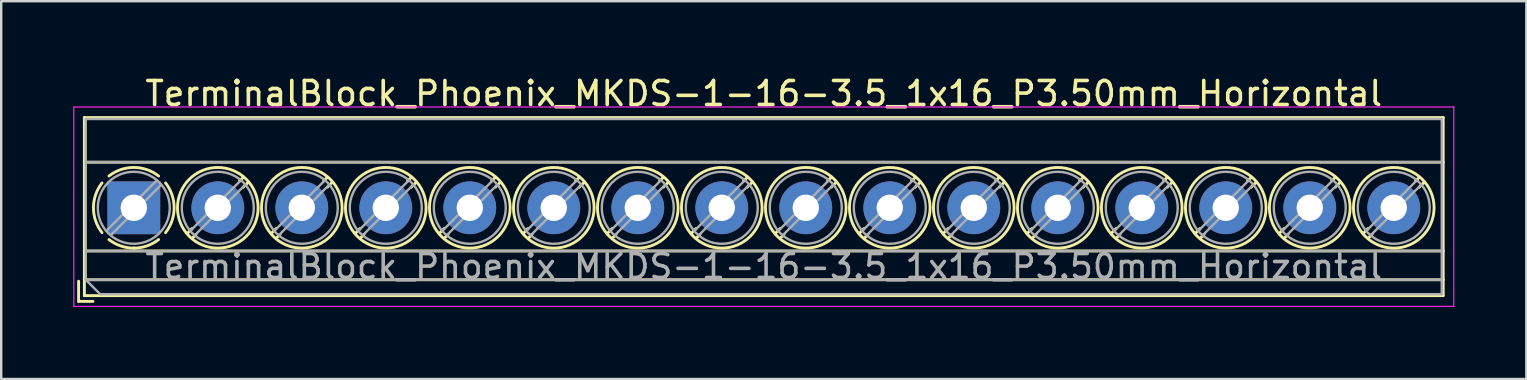
<source format=kicad_pcb>
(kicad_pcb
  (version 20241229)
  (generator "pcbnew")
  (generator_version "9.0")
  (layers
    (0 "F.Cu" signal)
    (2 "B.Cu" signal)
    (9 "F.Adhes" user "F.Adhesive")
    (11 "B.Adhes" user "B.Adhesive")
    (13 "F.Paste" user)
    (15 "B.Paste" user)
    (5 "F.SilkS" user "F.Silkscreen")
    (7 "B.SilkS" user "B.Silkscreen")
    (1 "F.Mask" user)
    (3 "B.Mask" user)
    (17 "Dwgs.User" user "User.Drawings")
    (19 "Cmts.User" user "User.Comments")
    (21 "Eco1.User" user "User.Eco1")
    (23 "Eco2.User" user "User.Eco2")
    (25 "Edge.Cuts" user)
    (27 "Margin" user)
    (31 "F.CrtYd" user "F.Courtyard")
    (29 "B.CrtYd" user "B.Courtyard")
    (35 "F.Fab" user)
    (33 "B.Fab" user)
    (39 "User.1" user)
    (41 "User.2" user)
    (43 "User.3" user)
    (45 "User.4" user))
  (footprint "TerminalBlock_Phoenix_MKDS-1-16-3.5_1x16_P3.50mm_Horizontal"
    (layer "F.Cu")
    (at 2.525 5.608)
    (property "Reference" "TerminalBlock_Phoenix_MKDS-1-16-3.5_1x16_P3.50mm_Horizontal" (at 26.25 -4.76 0) (layer "F.SilkS") (effects (font (size 1 1) (thickness 0.15))))
    (attr through_hole)
    (fp_line (start -2.3 3.06) (end -2.3 3.9) (stroke (width 0.12) (type solid)) (layer "F.SilkS"))
    (fp_line (start -2.3 3.9) (end -1.7 3.9) (stroke (width 0.12) (type solid)) (layer "F.SilkS"))
    (fp_line (start -2.06 -3.76) (end -2.06 3.66) (stroke (width 0.12) (type solid)) (layer "F.SilkS"))
    (fp_line (start -2.06 -3.76) (end 54.56 -3.76) (stroke (width 0.12) (type solid)) (layer "F.SilkS"))
    (fp_line (start -2.06 -1.9) (end 54.56 -1.9) (stroke (width 0.12) (type solid)) (layer "F.SilkS"))
    (fp_line (start -2.06 1.8) (end 54.56 1.8) (stroke (width 0.12) (type solid)) (layer "F.SilkS"))
    (fp_line (start -2.06 3) (end 54.56 3) (stroke (width 0.12) (type solid)) (layer "F.SilkS"))
    (fp_line (start -2.06 3.66) (end 54.56 3.66) (stroke (width 0.12) (type solid)) (layer "F.SilkS"))
    (fp_line (start 2.437 0.859) (end 2.226 1.069) (stroke (width 0.12) (type solid)) (layer "F.SilkS"))
    (fp_line (start 2.595 1.11) (end 2.431 1.274) (stroke (width 0.12) (type solid)) (layer "F.SilkS"))
    (fp_line (start 4.57 -1.275) (end 4.406 -1.111) (stroke (width 0.12) (type solid)) (layer "F.SilkS"))
    (fp_line (start 4.775 -1.069) (end 4.564 -0.859) (stroke (width 0.12) (type solid)) (layer "F.SilkS"))
    (fp_line (start 5.937 0.859) (end 5.726 1.069) (stroke (width 0.12) (type solid)) (layer "F.SilkS"))
    (fp_line (start 6.095 1.11) (end 5.931 1.274) (stroke (width 0.12) (type solid)) (layer "F.SilkS"))
    (fp_line (start 8.07 -1.275) (end 7.906 -1.111) (stroke (width 0.12) (type solid)) (layer "F.SilkS"))
    (fp_line (start 8.275 -1.069) (end 8.064 -0.859) (stroke (width 0.12) (type solid)) (layer "F.SilkS"))
    (fp_line (start 9.437 0.859) (end 9.226 1.069) (stroke (width 0.12) (type solid)) (layer "F.SilkS"))
    (fp_line (start 9.595 1.11) (end 9.431 1.274) (stroke (width 0.12) (type solid)) (layer "F.SilkS"))
    (fp_line (start 11.57 -1.275) (end 11.406 -1.111) (stroke (width 0.12) (type solid)) (layer "F.SilkS"))
    (fp_line (start 11.775 -1.069) (end 11.564 -0.859) (stroke (width 0.12) (type solid)) (layer "F.SilkS"))
    (fp_line (start 12.937 0.859) (end 12.726 1.069) (stroke (width 0.12) (type solid)) (layer "F.SilkS"))
    (fp_line (start 13.095 1.11) (end 12.931 1.274) (stroke (width 0.12) (type solid)) (layer "F.SilkS"))
    (fp_line (start 15.07 -1.275) (end 14.906 -1.111) (stroke (width 0.12) (type solid)) (layer "F.SilkS"))
    (fp_line (start 15.275 -1.069) (end 15.064 -0.859) (stroke (width 0.12) (type solid)) (layer "F.SilkS"))
    (fp_line (start 16.437 0.859) (end 16.226 1.069) (stroke (width 0.12) (type solid)) (layer "F.SilkS"))
    (fp_line (start 16.595 1.11) (end 16.431 1.274) (stroke (width 0.12) (type solid)) (layer "F.SilkS"))
    (fp_line (start 18.57 -1.275) (end 18.406 -1.111) (stroke (width 0.12) (type solid)) (layer "F.SilkS"))
    (fp_line (start 18.775 -1.069) (end 18.564 -0.859) (stroke (width 0.12) (type solid)) (layer "F.SilkS"))
    (fp_line (start 19.937 0.859) (end 19.726 1.069) (stroke (width 0.12) (type solid)) (layer "F.SilkS"))
    (fp_line (start 20.095 1.11) (end 19.931 1.274) (stroke (width 0.12) (type solid)) (layer "F.SilkS"))
    (fp_line (start 22.07 -1.275) (end 21.906 -1.111) (stroke (width 0.12) (type solid)) (layer "F.SilkS"))
    (fp_line (start 22.275 -1.069) (end 22.064 -0.859) (stroke (width 0.12) (type solid)) (layer "F.SilkS"))
    (fp_line (start 23.437 0.859) (end 23.226 1.069) (stroke (width 0.12) (type solid)) (layer "F.SilkS"))
    (fp_line (start 23.595 1.11) (end 23.431 1.274) (stroke (width 0.12) (type solid)) (layer "F.SilkS"))
    (fp_line (start 25.57 -1.275) (end 25.406 -1.111) (stroke (width 0.12) (type solid)) (layer "F.SilkS"))
    (fp_line (start 25.775 -1.069) (end 25.564 -0.859) (stroke (width 0.12) (type solid)) (layer "F.SilkS"))
    (fp_line (start 26.937 0.859) (end 26.726 1.069) (stroke (width 0.12) (type solid)) (layer "F.SilkS"))
    (fp_line (start 27.095 1.11) (end 26.931 1.274) (stroke (width 0.12) (type solid)) (layer "F.SilkS"))
    (fp_line (start 29.07 -1.275) (end 28.906 -1.111) (stroke (width 0.12) (type solid)) (layer "F.SilkS"))
    (fp_line (start 29.275 -1.069) (end 29.064 -0.859) (stroke (width 0.12) (type solid)) (layer "F.SilkS"))
    (fp_line (start 30.437 0.859) (end 30.226 1.069) (stroke (width 0.12) (type solid)) (layer "F.SilkS"))
    (fp_line (start 30.595 1.11) (end 30.431 1.274) (stroke (width 0.12) (type solid)) (layer "F.SilkS"))
    (fp_line (start 32.57 -1.275) (end 32.406 -1.111) (stroke (width 0.12) (type solid)) (layer "F.SilkS"))
    (fp_line (start 32.775 -1.069) (end 32.564 -0.859) (stroke (width 0.12) (type solid)) (layer "F.SilkS"))
    (fp_line (start 33.937 0.859) (end 33.726 1.069) (stroke (width 0.12) (type solid)) (layer "F.SilkS"))
    (fp_line (start 34.095 1.11) (end 33.931 1.274) (stroke (width 0.12) (type solid)) (layer "F.SilkS"))
    (fp_line (start 36.07 -1.275) (end 35.906 -1.111) (stroke (width 0.12) (type solid)) (layer "F.SilkS"))
    (fp_line (start 36.275 -1.069) (end 36.064 -0.859) (stroke (width 0.12) (type solid)) (layer "F.SilkS"))
    (fp_line (start 37.437 0.859) (end 37.226 1.069) (stroke (width 0.12) (type solid)) (layer "F.SilkS"))
    (fp_line (start 37.595 1.11) (end 37.431 1.274) (stroke (width 0.12) (type solid)) (layer "F.SilkS"))
    (fp_line (start 39.57 -1.275) (end 39.406 -1.111) (stroke (width 0.12) (type solid)) (layer "F.SilkS"))
    (fp_line (start 39.775 -1.069) (end 39.564 -0.859) (stroke (width 0.12) (type solid)) (layer "F.SilkS"))
    (fp_line (start 40.937 0.859) (end 40.726 1.069) (stroke (width 0.12) (type solid)) (layer "F.SilkS"))
    (fp_line (start 41.095 1.11) (end 40.931 1.274) (stroke (width 0.12) (type solid)) (layer "F.SilkS"))
    (fp_line (start 43.07 -1.275) (end 42.906 -1.111) (stroke (width 0.12) (type solid)) (layer "F.SilkS"))
    (fp_line (start 43.275 -1.069) (end 43.064 -0.859) (stroke (width 0.12) (type solid)) (layer "F.SilkS"))
    (fp_line (start 44.437 0.859) (end 44.226 1.069) (stroke (width 0.12) (type solid)) (layer "F.SilkS"))
    (fp_line (start 44.595 1.11) (end 44.431 1.274) (stroke (width 0.12) (type solid)) (layer "F.SilkS"))
    (fp_line (start 46.57 -1.275) (end 46.406 -1.111) (stroke (width 0.12) (type solid)) (layer "F.SilkS"))
    (fp_line (start 46.775 -1.069) (end 46.564 -0.859) (stroke (width 0.12) (type solid)) (layer "F.SilkS"))
    (fp_line (start 47.937 0.859) (end 47.726 1.069) (stroke (width 0.12) (type solid)) (layer "F.SilkS"))
    (fp_line (start 48.095 1.11) (end 47.931 1.274) (stroke (width 0.12) (type solid)) (layer "F.SilkS"))
    (fp_line (start 50.07 -1.275) (end 49.906 -1.111) (stroke (width 0.12) (type solid)) (layer "F.SilkS"))
    (fp_line (start 50.275 -1.069) (end 50.064 -0.859) (stroke (width 0.12) (type solid)) (layer "F.SilkS"))
    (fp_line (start 51.437 0.859) (end 51.226 1.069) (stroke (width 0.12) (type solid)) (layer "F.SilkS"))
    (fp_line (start 51.595 1.11) (end 51.431 1.274) (stroke (width 0.12) (type solid)) (layer "F.SilkS"))
    (fp_line (start 53.57 -1.275) (end 53.406 -1.111) (stroke (width 0.12) (type solid)) (layer "F.SilkS"))
    (fp_line (start 53.775 -1.069) (end 53.564 -0.859) (stroke (width 0.12) (type solid)) (layer "F.SilkS"))
    (fp_line (start 54.56 -3.76) (end 54.56 3.66) (stroke (width 0.12) (type solid)) (layer "F.SilkS"))
    (fp_arc (start -1.324561 1.034282) (mid -1.680536 -0.000456) (end -1.324 -1.035) (stroke (width 0.12) (type solid)) (layer "F.SilkS"))
    (fp_arc (start -1.034282 -1.324561) (mid 0.000456 -1.680536) (end 1.035 -1.324) (stroke (width 0.12) (type solid)) (layer "F.SilkS"))
    (fp_arc (start 0.028874 1.680288) (mid -0.533674 1.593548) (end -1.035 1.324) (stroke (width 0.12) (type solid)) (layer "F.SilkS"))
    (fp_arc (start 1.034311 1.323858) (mid 0.546954 1.588471) (end 0 1.68) (stroke (width 0.12) (type solid)) (layer "F.SilkS"))
    (fp_arc (start 1.324561 -1.034282) (mid 1.680536 0.000456) (end 1.324 1.035) (stroke (width 0.12) (type solid)) (layer "F.SilkS"))
    (fp_circle (center 3.5 0) (end 5.18 0) (stroke (width 0.12) (type solid)) (fill no) (layer "F.SilkS"))
    (fp_circle (center 7 0) (end 8.68 0) (stroke (width 0.12) (type solid)) (fill no) (layer "F.SilkS"))
    (fp_circle (center 10.5 0) (end 12.18 0) (stroke (width 0.12) (type solid)) (fill no) (layer "F.SilkS"))
    (fp_circle (center 14 0) (end 15.68 0) (stroke (width 0.12) (type solid)) (fill no) (layer "F.SilkS"))
    (fp_circle (center 17.5 0) (end 19.18 0) (stroke (width 0.12) (type solid)) (fill no) (layer "F.SilkS"))
    (fp_circle (center 21 0) (end 22.68 0) (stroke (width 0.12) (type solid)) (fill no) (layer "F.SilkS"))
    (fp_circle (center 24.5 0) (end 26.18 0) (stroke (width 0.12) (type solid)) (fill no) (layer "F.SilkS"))
    (fp_circle (center 28 0) (end 29.68 0) (stroke (width 0.12) (type solid)) (fill no) (layer "F.SilkS"))
    (fp_circle (center 31.5 0) (end 33.18 0) (stroke (width 0.12) (type solid)) (fill no) (layer "F.SilkS"))
    (fp_circle (center 35 0) (end 36.68 0) (stroke (width 0.12) (type solid)) (fill no) (layer "F.SilkS"))
    (fp_circle (center 38.5 0) (end 40.18 0) (stroke (width 0.12) (type solid)) (fill no) (layer "F.SilkS"))
    (fp_circle (center 42 0) (end 43.68 0) (stroke (width 0.12) (type solid)) (fill no) (layer "F.SilkS"))
    (fp_circle (center 45.5 0) (end 47.18 0) (stroke (width 0.12) (type solid)) (fill no) (layer "F.SilkS"))
    (fp_circle (center 49 0) (end 50.68 0) (stroke (width 0.12) (type solid)) (fill no) (layer "F.SilkS"))
    (fp_circle (center 52.5 0) (end 54.18 0) (stroke (width 0.12) (type solid)) (fill no) (layer "F.SilkS"))
    (fp_line (start -2.5 -4.2) (end -2.5 4.11) (stroke (width 0.05) (type solid)) (layer "F.CrtYd"))
    (fp_line (start -2.5 4.11) (end 55 4.11) (stroke (width 0.05) (type solid)) (layer "F.CrtYd"))
    (fp_line (start 55 -4.2) (end -2.5 -4.2) (stroke (width 0.05) (type solid)) (layer "F.CrtYd"))
    (fp_line (start 55 4.11) (end 55 -4.2) (stroke (width 0.05) (type solid)) (layer "F.CrtYd"))
    (fp_line (start -2 -3.7) (end 54.5 -3.7) (stroke (width 0.1) (type solid)) (layer "F.Fab"))
    (fp_line (start -2 -1.9) (end 54.5 -1.9) (stroke (width 0.1) (type solid)) (layer "F.Fab"))
    (fp_line (start -2 1.8) (end 54.5 1.8) (stroke (width 0.1) (type solid)) (layer "F.Fab"))
    (fp_line (start -2 3) (end -2 -3.7) (stroke (width 0.1) (type solid)) (layer "F.Fab"))
    (fp_line (start -2 3) (end 54.5 3) (stroke (width 0.1) (type solid)) (layer "F.Fab"))
    (fp_line (start -1.4 3.6) (end -2 3) (stroke (width 0.1) (type solid)) (layer "F.Fab"))
    (fp_line (start 0.955 -1.138) (end -1.138 0.955) (stroke (width 0.1) (type solid)) (layer "F.Fab"))
    (fp_line (start 1.138 -0.955) (end -0.955 1.138) (stroke (width 0.1) (type solid)) (layer "F.Fab"))
    (fp_line (start 4.455 -1.138) (end 2.363 0.955) (stroke (width 0.1) (type solid)) (layer "F.Fab"))
    (fp_line (start 4.638 -0.955) (end 2.546 1.138) (stroke (width 0.1) (type solid)) (layer "F.Fab"))
    (fp_line (start 7.955 -1.138) (end 5.863 0.955) (stroke (width 0.1) (type solid)) (layer "F.Fab"))
    (fp_line (start 8.138 -0.955) (end 6.046 1.138) (stroke (width 0.1) (type solid)) (layer "F.Fab"))
    (fp_line (start 11.455 -1.138) (end 9.363 0.955) (stroke (width 0.1) (type solid)) (layer "F.Fab"))
    (fp_line (start 11.638 -0.955) (end 9.546 1.138) (stroke (width 0.1) (type solid)) (layer "F.Fab"))
    (fp_line (start 14.955 -1.138) (end 12.863 0.955) (stroke (width 0.1) (type solid)) (layer "F.Fab"))
    (fp_line (start 15.138 -0.955) (end 13.046 1.138) (stroke (width 0.1) (type solid)) (layer "F.Fab"))
    (fp_line (start 18.455 -1.138) (end 16.363 0.955) (stroke (width 0.1) (type solid)) (layer "F.Fab"))
    (fp_line (start 18.638 -0.955) (end 16.546 1.138) (stroke (width 0.1) (type solid)) (layer "F.Fab"))
    (fp_line (start 21.955 -1.138) (end 19.863 0.955) (stroke (width 0.1) (type solid)) (layer "F.Fab"))
    (fp_line (start 22.138 -0.955) (end 20.046 1.138) (stroke (width 0.1) (type solid)) (layer "F.Fab"))
    (fp_line (start 25.455 -1.138) (end 23.363 0.955) (stroke (width 0.1) (type solid)) (layer "F.Fab"))
    (fp_line (start 25.638 -0.955) (end 23.546 1.138) (stroke (width 0.1) (type solid)) (layer "F.Fab"))
    (fp_line (start 28.955 -1.138) (end 26.863 0.955) (stroke (width 0.1) (type solid)) (layer "F.Fab"))
    (fp_line (start 29.138 -0.955) (end 27.046 1.138) (stroke (width 0.1) (type solid)) (layer "F.Fab"))
    (fp_line (start 32.455 -1.138) (end 30.363 0.955) (stroke (width 0.1) (type solid)) (layer "F.Fab"))
    (fp_line (start 32.638 -0.955) (end 30.546 1.138) (stroke (width 0.1) (type solid)) (layer "F.Fab"))
    (fp_line (start 35.955 -1.138) (end 33.863 0.955) (stroke (width 0.1) (type solid)) (layer "F.Fab"))
    (fp_line (start 36.138 -0.955) (end 34.046 1.138) (stroke (width 0.1) (type solid)) (layer "F.Fab"))
    (fp_line (start 39.455 -1.138) (end 37.363 0.955) (stroke (width 0.1) (type solid)) (layer "F.Fab"))
    (fp_line (start 39.638 -0.955) (end 37.546 1.138) (stroke (width 0.1) (type solid)) (layer "F.Fab"))
    (fp_line (start 42.955 -1.138) (end 40.863 0.955) (stroke (width 0.1) (type solid)) (layer "F.Fab"))
    (fp_line (start 43.138 -0.955) (end 41.046 1.138) (stroke (width 0.1) (type solid)) (layer "F.Fab"))
    (fp_line (start 46.455 -1.138) (end 44.363 0.955) (stroke (width 0.1) (type solid)) (layer "F.Fab"))
    (fp_line (start 46.638 -0.955) (end 44.546 1.138) (stroke (width 0.1) (type solid)) (layer "F.Fab"))
    (fp_line (start 49.955 -1.138) (end 47.863 0.955) (stroke (width 0.1) (type solid)) (layer "F.Fab"))
    (fp_line (start 50.138 -0.955) (end 48.046 1.138) (stroke (width 0.1) (type solid)) (layer "F.Fab"))
    (fp_line (start 53.455 -1.138) (end 51.363 0.955) (stroke (width 0.1) (type solid)) (layer "F.Fab"))
    (fp_line (start 53.638 -0.955) (end 51.546 1.138) (stroke (width 0.1) (type solid)) (layer "F.Fab"))
    (fp_line (start 54.5 -3.7) (end 54.5 3.6) (stroke (width 0.1) (type solid)) (layer "F.Fab"))
    (fp_line (start 54.5 3.6) (end -1.4 3.6) (stroke (width 0.1) (type solid)) (layer "F.Fab"))
    (fp_circle (center 0 0) (end 1.5 0) (stroke (width 0.1) (type solid)) (fill no) (layer "F.Fab"))
    (fp_circle (center 3.5 0) (end 5 0) (stroke (width 0.1) (type solid)) (fill no) (layer "F.Fab"))
    (fp_circle (center 7 0) (end 8.5 0) (stroke (width 0.1) (type solid)) (fill no) (layer "F.Fab"))
    (fp_circle (center 10.5 0) (end 12 0) (stroke (width 0.1) (type solid)) (fill no) (layer "F.Fab"))
    (fp_circle (center 14 0) (end 15.5 0) (stroke (width 0.1) (type solid)) (fill no) (layer "F.Fab"))
    (fp_circle (center 17.5 0) (end 19 0) (stroke (width 0.1) (type solid)) (fill no) (layer "F.Fab"))
    (fp_circle (center 21 0) (end 22.5 0) (stroke (width 0.1) (type solid)) (fill no) (layer "F.Fab"))
    (fp_circle (center 24.5 0) (end 26 0) (stroke (width 0.1) (type solid)) (fill no) (layer "F.Fab"))
    (fp_circle (center 28 0) (end 29.5 0) (stroke (width 0.1) (type solid)) (fill no) (layer "F.Fab"))
    (fp_circle (center 31.5 0) (end 33 0) (stroke (width 0.1) (type solid)) (fill no) (layer "F.Fab"))
    (fp_circle (center 35 0) (end 36.5 0) (stroke (width 0.1) (type solid)) (fill no) (layer "F.Fab"))
    (fp_circle (center 38.5 0) (end 40 0) (stroke (width 0.1) (type solid)) (fill no) (layer "F.Fab"))
    (fp_circle (center 42 0) (end 43.5 0) (stroke (width 0.1) (type solid)) (fill no) (layer "F.Fab"))
    (fp_circle (center 45.5 0) (end 47 0) (stroke (width 0.1) (type solid)) (fill no) (layer "F.Fab"))
    (fp_circle (center 49 0) (end 50.5 0) (stroke (width 0.1) (type solid)) (fill no) (layer "F.Fab"))
    (fp_circle (center 52.5 0) (end 54 0) (stroke (width 0.1) (type solid)) (fill no) (layer "F.Fab"))
    (fp_text user "${REFERENCE}" (at 26.25 2.45 0) (layer "F.Fab") (effects (font (size 1 1) (thickness 0.15))))
    (pad "1" thru_hole rect (at 0 0) (size 2.2 2.2) (drill 1.1) (layers "*.Cu" "*.Mask"))
    (pad "2" thru_hole circle (at 3.5 0) (size 2.2 2.2) (drill 1.1) (layers "*.Cu" "*.Mask"))
    (pad "3" thru_hole circle (at 7 0) (size 2.2 2.2) (drill 1.1) (layers "*.Cu" "*.Mask"))
    (pad "4" thru_hole circle (at 10.5 0) (size 2.2 2.2) (drill 1.1) (layers "*.Cu" "*.Mask"))
    (pad "5" thru_hole circle (at 14 0) (size 2.2 2.2) (drill 1.1) (layers "*.Cu" "*.Mask"))
    (pad "6" thru_hole circle (at 17.5 0) (size 2.2 2.2) (drill 1.1) (layers "*.Cu" "*.Mask"))
    (pad "7" thru_hole circle (at 21 0) (size 2.2 2.2) (drill 1.1) (layers "*.Cu" "*.Mask"))
    (pad "8" thru_hole circle (at 24.5 0) (size 2.2 2.2) (drill 1.1) (layers "*.Cu" "*.Mask"))
    (pad "9" thru_hole circle (at 28 0) (size 2.2 2.2) (drill 1.1) (layers "*.Cu" "*.Mask"))
    (pad "10" thru_hole circle (at 31.5 0) (size 2.2 2.2) (drill 1.1) (layers "*.Cu" "*.Mask"))
    (pad "11" thru_hole circle (at 35 0) (size 2.2 2.2) (drill 1.1) (layers "*.Cu" "*.Mask"))
    (pad "12" thru_hole circle (at 38.5 0) (size 2.2 2.2) (drill 1.1) (layers "*.Cu" "*.Mask"))
    (pad "13" thru_hole circle (at 42 0) (size 2.2 2.2) (drill 1.1) (layers "*.Cu" "*.Mask"))
    (pad "14" thru_hole circle (at 45.5 0) (size 2.2 2.2) (drill 1.1) (layers "*.Cu" "*.Mask"))
    (pad "15" thru_hole circle (at 49 0) (size 2.2 2.2) (drill 1.1) (layers "*.Cu" "*.Mask"))
    (pad "16" thru_hole circle (at 52.5 0) (size 2.2 2.2) (drill 1.1) (layers "*.Cu" "*.Mask")))
  (gr_rect
    (start -3 -3)
    (end 60.55 12.743)
    (stroke (width 0.1) (type default))
    (fill no)
    (layer "Edge.Cuts")))
</source>
